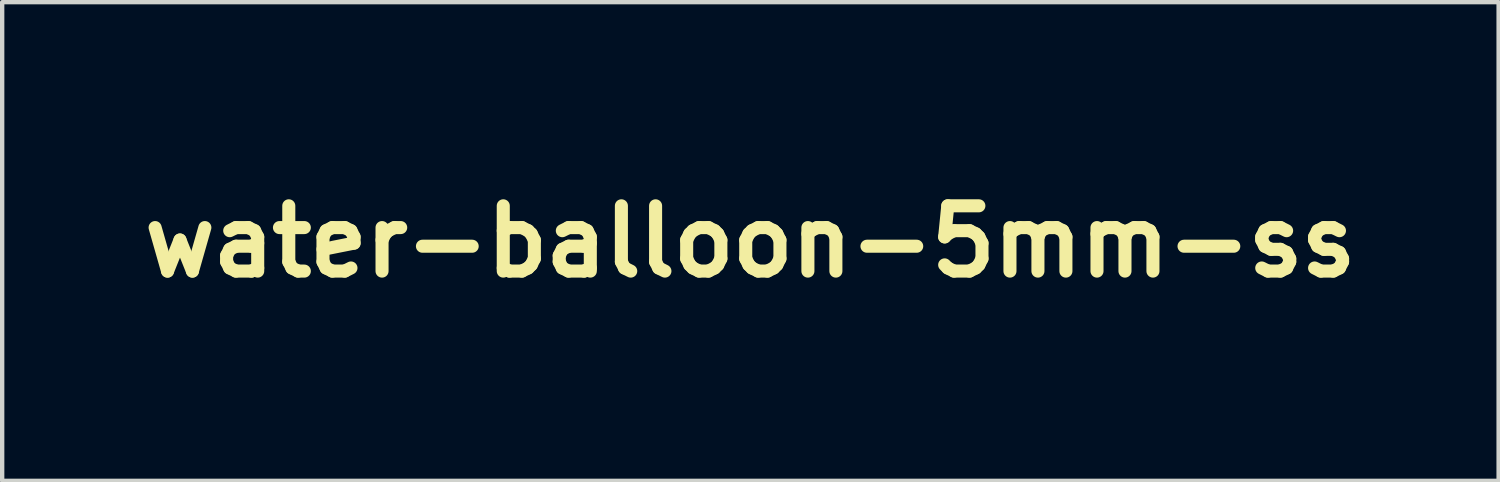
<source format=kicad_pcb>
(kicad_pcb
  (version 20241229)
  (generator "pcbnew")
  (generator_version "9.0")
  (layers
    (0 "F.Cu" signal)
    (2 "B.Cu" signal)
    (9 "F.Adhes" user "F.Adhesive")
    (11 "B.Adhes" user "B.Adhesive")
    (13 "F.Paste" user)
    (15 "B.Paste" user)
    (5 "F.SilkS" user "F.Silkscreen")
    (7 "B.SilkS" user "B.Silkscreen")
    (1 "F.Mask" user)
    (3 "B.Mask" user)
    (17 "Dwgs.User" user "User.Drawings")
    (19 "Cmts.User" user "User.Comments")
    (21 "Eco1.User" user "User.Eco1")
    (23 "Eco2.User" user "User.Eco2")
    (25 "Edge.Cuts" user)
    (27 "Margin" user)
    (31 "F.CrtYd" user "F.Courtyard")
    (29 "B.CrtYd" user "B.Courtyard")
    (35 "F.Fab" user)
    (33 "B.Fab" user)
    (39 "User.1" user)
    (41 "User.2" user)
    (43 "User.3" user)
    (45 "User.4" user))
  (footprint "water-balloon-5mm-ss"
    (layer "F.Cu")
    (at 14.193 2.501)
    (property "Reference" "water-balloon-5mm-ss" (at 0 0 0) (layer "F.SilkS") (effects (font (size 1.5 1.5) (thickness 0.3))))
    (attr board_only exclude_from_pos_files exclude_from_bom)
    (fp_poly (pts (xy -0.714 1.932) (xy -0.687 1.953) (xy -0.672 1.982) (xy -0.672 2.015) (xy -0.689 2.047) (xy -0.7 2.059) (xy -0.733 2.078) (xy -0.769 2.078) (xy -0.802 2.061) (xy -0.806 2.057) (xy -0.826 2.026) (xy -0.83 1.992) (xy -0.819 1.961) (xy -0.796 1.937) (xy -0.762 1.925) (xy -0.752 1.925)) (stroke (width 0) (type solid)) (fill yes) (layer "F.Mask"))
    (fp_poly (pts (xy -0.649 0.923) (xy -0.615 0.941) (xy -0.606 0.95) (xy -0.588 0.981) (xy -0.589 1.015) (xy -0.608 1.049) (xy -0.615 1.056) (xy -0.643 1.077) (xy -0.67 1.083) (xy -0.701 1.074) (xy -0.72 1.059) (xy -0.736 1.035) (xy -0.738 1.03) (xy -0.747 1.004) (xy -0.746 0.983) (xy -0.74 0.97) (xy -0.716 0.938) (xy -0.684 0.923)) (stroke (width 0) (type solid)) (fill yes) (layer "F.Mask"))
    (fp_poly (pts (xy -0.454 1.436) (xy -0.431 1.463) (xy -0.42 1.497) (xy -0.425 1.535) (xy -0.426 1.538) (xy -0.441 1.555) (xy -0.466 1.571) (xy -0.495 1.581) (xy -0.507 1.583) (xy -0.528 1.576) (xy -0.551 1.562) (xy -0.552 1.561) (xy -0.572 1.532) (xy -0.578 1.498) (xy -0.571 1.465) (xy -0.551 1.438) (xy -0.522 1.422) (xy -0.485 1.421)) (stroke (width 0) (type solid)) (fill yes) (layer "F.Mask"))
    (fp_poly (pts (xy -1.548 -0.825) (xy -1.519 -0.806) (xy -1.5 -0.781) (xy -1.496 -0.752) (xy -1.506 -0.718) (xy -1.531 -0.675) (xy -1.536 -0.668) (xy -1.571 -0.622) (xy -1.604 -0.595) (xy -1.636 -0.586) (xy -1.667 -0.596) (xy -1.692 -0.616) (xy -1.711 -0.638) (xy -1.717 -0.658) (xy -1.716 -0.676) (xy -1.705 -0.703) (xy -1.685 -0.737) (xy -1.66 -0.772) (xy -1.635 -0.802) (xy -1.619 -0.816) (xy -1.584 -0.829)) (stroke (width 0) (type solid)) (fill yes) (layer "F.Mask"))
    (fp_poly (pts (xy 0.763 0.756) (xy 0.795 0.775) (xy 0.797 0.776) (xy 0.809 0.792) (xy 0.817 0.809) (xy 0.82 0.832) (xy 0.817 0.865) (xy 0.81 0.911) (xy 0.805 0.942) (xy 0.795 0.989) (xy 0.785 1.02) (xy 0.774 1.042) (xy 0.761 1.057) (xy 0.733 1.078) (xy 0.705 1.083) (xy 0.679 1.075) (xy 0.657 1.063) (xy 0.642 1.046) (xy 0.635 1.021) (xy 0.634 0.986) (xy 0.64 0.937) (xy 0.649 0.886) (xy 0.658 0.84) (xy 0.667 0.808) (xy 0.676 0.788) (xy 0.688 0.774) (xy 0.691 0.772) (xy 0.726 0.755)) (stroke (width 0) (type solid)) (fill yes) (layer "F.Mask"))
    (fp_poly (pts (xy 2.109 0.722) (xy 2.137 0.746) (xy 2.152 0.774) (xy 2.154 0.792) (xy 2.151 0.823) (xy 2.146 0.863) (xy 2.139 0.905) (xy 2.131 0.945) (xy 2.122 0.978) (xy 2.118 0.99) (xy 2.098 1.018) (xy 2.068 1.034) (xy 2.033 1.037) (xy 2.001 1.026) (xy 1.984 1.01) (xy 1.974 0.997) (xy 1.968 0.984) (xy 1.965 0.969) (xy 1.966 0.947) (xy 1.971 0.914) (xy 1.979 0.868) (xy 1.982 0.85) (xy 1.994 0.795) (xy 2.006 0.756) (xy 2.021 0.731) (xy 2.041 0.718) (xy 2.067 0.713) (xy 2.075 0.713)) (stroke (width 0) (type solid)) (fill yes) (layer "F.Mask"))
    (fp_poly (pts (xy -0.655 -1.412) (xy -0.626 -1.403) (xy -0.606 -1.386) (xy -0.597 -1.371) (xy -0.587 -1.335) (xy -0.594 -1.305) (xy -0.613 -1.281) (xy -0.63 -1.267) (xy -0.648 -1.258) (xy -0.674 -1.252) (xy -0.714 -1.248) (xy -0.718 -1.248) (xy -0.819 -1.232) (xy -0.92 -1.199) (xy -1.023 -1.15) (xy -1.128 -1.084) (xy -1.236 -0.999) (xy -1.252 -0.986) (xy -1.297 -0.949) (xy -1.332 -0.927) (xy -1.36 -0.918) (xy -1.384 -0.922) (xy -1.407 -0.937) (xy -1.412 -0.942) (xy -1.432 -0.973) (xy -1.436 -1.002) (xy -1.434 -1.024) (xy -1.426 -1.043) (xy -1.408 -1.064) (xy -1.385 -1.086) (xy -1.27 -1.184) (xy -1.15 -1.265) (xy -1.028 -1.329) (xy -0.905 -1.376) (xy -0.782 -1.405) (xy -0.756 -1.408) (xy -0.698 -1.413)) (stroke (width 0) (type solid)) (fill yes) (layer "F.Mask"))
    (fp_poly (pts (xy 1.954 1.222) (xy 1.962 1.227) (xy 1.984 1.247) (xy 1.995 1.271) (xy 1.994 1.301) (xy 1.981 1.339) (xy 1.957 1.387) (xy 1.922 1.443) (xy 1.836 1.561) (xy 1.735 1.673) (xy 1.623 1.776) (xy 1.504 1.867) (xy 1.38 1.942) (xy 1.353 1.956) (xy 1.309 1.978) (xy 1.278 1.991) (xy 1.256 1.997) (xy 1.238 1.996) (xy 1.22 1.991) (xy 1.215 1.989) (xy 1.188 1.971) (xy 1.175 1.945) (xy 1.172 1.918) (xy 1.176 1.891) (xy 1.19 1.868) (xy 1.216 1.847) (xy 1.257 1.823) (xy 1.259 1.823) (xy 1.381 1.752) (xy 1.499 1.666) (xy 1.609 1.567) (xy 1.707 1.46) (xy 1.79 1.347) (xy 1.827 1.287) (xy 1.857 1.242) (xy 1.888 1.217) (xy 1.92 1.21)) (stroke (width 0) (type solid)) (fill yes) (layer "F.Mask"))
    (fp_poly (pts (xy 0.616 1.261) (xy 0.635 1.278) (xy 0.653 1.302) (xy 0.664 1.325) (xy 0.664 1.331) (xy 0.66 1.349) (xy 0.647 1.379) (xy 0.629 1.415) (xy 0.622 1.428) (xy 0.546 1.545) (xy 0.453 1.658) (xy 0.348 1.764) (xy 0.233 1.861) (xy 0.111 1.946) (xy 0.008 2.004) (xy -0.029 2.021) (xy -0.061 2.034) (xy -0.084 2.041) (xy -0.088 2.042) (xy -0.108 2.035) (xy -0.132 2.019) (xy -0.138 2.013) (xy -0.16 1.985) (xy -0.167 1.958) (xy -0.159 1.932) (xy -0.134 1.904) (xy -0.091 1.874) (xy -0.046 1.848) (xy 0.094 1.762) (xy 0.22 1.663) (xy 0.332 1.55) (xy 0.43 1.424) (xy 0.457 1.382) (xy 0.488 1.335) (xy 0.511 1.301) (xy 0.529 1.279) (xy 0.544 1.265) (xy 0.559 1.258) (xy 0.574 1.254) (xy 0.597 1.253)) (stroke (width 0) (type solid)) (fill yes) (layer "F.Mask"))
    (fp_poly (pts (xy -1.197 1.259) (xy -1.134 1.282) (xy -1.084 1.318) (xy -1.045 1.363) (xy -1.02 1.416) (xy -1.008 1.473) (xy -1.008 1.532) (xy -1.023 1.589) (xy -1.051 1.643) (xy -1.093 1.69) (xy -1.146 1.726) (xy -1.184 1.738) (xy -1.232 1.745) (xy -1.281 1.745) (xy -1.324 1.738) (xy -1.332 1.735) (xy -1.391 1.703) (xy -1.438 1.659) (xy -1.472 1.605) (xy -1.491 1.544) (xy -1.493 1.51) (xy -1.333 1.51) (xy -1.321 1.543) (xy -1.309 1.558) (xy -1.281 1.578) (xy -1.25 1.583) (xy -1.216 1.576) (xy -1.192 1.558) (xy -1.172 1.524) (xy -1.168 1.488) (xy -1.182 1.454) (xy -1.195 1.44) (xy -1.229 1.421) (xy -1.262 1.419) (xy -1.291 1.429) (xy -1.315 1.45) (xy -1.33 1.478) (xy -1.333 1.51) (xy -1.493 1.51) (xy -1.494 1.48) (xy -1.481 1.416) (xy -1.467 1.386) (xy -1.428 1.33) (xy -1.377 1.288) (xy -1.317 1.262) (xy -1.251 1.253)) (stroke (width 0) (type solid)) (fill yes) (layer "F.Mask"))
    (fp_poly (pts (xy -1.635 0.425) (xy -1.578 0.432) (xy -1.534 0.446) (xy -1.474 0.482) (xy -1.421 0.531) (xy -1.379 0.587) (xy -1.371 0.604) (xy -1.357 0.633) (xy -1.349 0.659) (xy -1.345 0.689) (xy -1.343 0.729) (xy -1.343 0.752) (xy -1.346 0.81) (xy -1.354 0.857) (xy -1.37 0.898) (xy -1.397 0.942) (xy -1.41 0.96) (xy -1.443 0.993) (xy -1.488 1.025) (xy -1.539 1.052) (xy -1.587 1.069) (xy -1.632 1.079) (xy -1.668 1.083) (xy -1.706 1.079) (xy -1.737 1.074) (xy -1.808 1.051) (xy -1.869 1.012) (xy -1.92 0.961) (xy -1.959 0.901) (xy -1.985 0.833) (xy -1.996 0.761) (xy -1.996 0.761) (xy -1.835 0.761) (xy -1.823 0.812) (xy -1.795 0.856) (xy -1.75 0.894) (xy -1.701 0.915) (xy -1.648 0.917) (xy -1.596 0.9) (xy -1.588 0.896) (xy -1.544 0.861) (xy -1.514 0.816) (xy -1.501 0.767) (xy -1.504 0.716) (xy -1.525 0.666) (xy -1.54 0.645) (xy -1.58 0.609) (xy -1.627 0.59) (xy -1.666 0.586) (xy -1.723 0.594) (xy -1.77 0.618) (xy -1.803 0.654) (xy -1.829 0.707) (xy -1.835 0.761) (xy -1.996 0.761) (xy -1.991 0.688) (xy -1.968 0.617) (xy -1.932 0.556) (xy -1.882 0.502) (xy -1.823 0.459) (xy -1.8 0.446) (xy -1.753 0.432) (xy -1.695 0.425)) (stroke (width 0) (type solid)) (fill yes) (layer "F.Mask"))
    (fp_poly (pts (xy 0.672 -2.501) (xy 0.764 -2.501) (xy 0.839 -2.501) (xy 0.898 -2.5) (xy 0.944 -2.499) (xy 0.978 -2.498) (xy 1.003 -2.496) (xy 1.02 -2.494) (xy 1.033 -2.49) (xy 1.041 -2.486) (xy 1.049 -2.481) (xy 1.07 -2.455) (xy 1.081 -2.418) (xy 1.081 -2.367) (xy 1.076 -2.323) (xy 1.055 -2.244) (xy 1.021 -2.17) (xy 0.977 -2.106) (xy 0.924 -2.056) (xy 0.903 -2.042) (xy 0.869 -2.021) (xy 0.908 -1.977) (xy 0.953 -1.914) (xy 0.982 -1.847) (xy 0.995 -1.77) (xy 0.995 -1.77) (xy 1.001 -1.698) (xy 1.075 -1.671) (xy 1.213 -1.611) (xy 1.35 -1.532) (xy 1.484 -1.436) (xy 1.615 -1.323) (xy 1.741 -1.195) (xy 1.861 -1.052) (xy 1.973 -0.896) (xy 1.986 -0.877) (xy 2.115 -0.666) (xy 2.225 -0.452) (xy 2.317 -0.236) (xy 2.389 -0.017) (xy 2.444 0.207) (xy 2.481 0.436) (xy 2.492 0.548) (xy 2.497 0.728) (xy 2.483 0.909) (xy 2.449 1.088) (xy 2.397 1.265) (xy 2.326 1.44) (xy 2.299 1.494) (xy 2.248 1.591) (xy 2.197 1.676) (xy 2.142 1.754) (xy 2.079 1.831) (xy 2.006 1.911) (xy 1.959 1.959) (xy 1.875 2.04) (xy 1.797 2.108) (xy 1.72 2.166) (xy 1.64 2.219) (xy 1.55 2.27) (xy 1.494 2.299) (xy 1.348 2.366) (xy 1.204 2.418) (xy 1.056 2.456) (xy 0.899 2.483) (xy 0.805 2.493) (xy 0.657 2.498) (xy 0.501 2.49) (xy 0.343 2.468) (xy 0.189 2.434) (xy 0.091 2.405) (xy 0.001 2.375) (xy -0.1 2.407) (xy -0.266 2.453) (xy -0.437 2.483) (xy -0.61 2.498) (xy -0.779 2.496) (xy -0.845 2.49) (xy -1.032 2.461) (xy -1.213 2.414) (xy -1.387 2.35) (xy -1.553 2.269) (xy -1.709 2.172) (xy -1.855 2.061) (xy -1.989 1.935) (xy -2.11 1.796) (xy -2.217 1.643) (xy -2.232 1.619) (xy -2.318 1.459) (xy -2.388 1.292) (xy -2.441 1.119) (xy -2.477 0.942) (xy -2.495 0.765) (xy -2.495 0.674) (xy -2.329 0.674) (xy -2.328 0.78) (xy -2.322 0.872) (xy -2.311 0.957) (xy -2.294 1.04) (xy -2.271 1.127) (xy -2.251 1.189) (xy -2.188 1.352) (xy -2.108 1.507) (xy -2.012 1.652) (xy -1.902 1.786) (xy -1.779 1.908) (xy -1.645 2.016) (xy -1.5 2.111) (xy -1.346 2.19) (xy -1.184 2.253) (xy -1.015 2.298) (xy -0.98 2.305) (xy -0.932 2.313) (xy -0.888 2.321) (xy -0.852 2.326) (xy -0.835 2.328) (xy -0.782 2.331) (xy -0.718 2.333) (xy -0.649 2.333) (xy -0.581 2.331) (xy -0.521 2.328) (xy -0.478 2.325) (xy -0.3 2.293) (xy -0.229 2.273) (xy 0.236 2.273) (xy 0.237 2.277) (xy 0.251 2.282) (xy 0.28 2.289) (xy 0.32 2.297) (xy 0.365 2.306) (xy 0.411 2.314) (xy 0.453 2.322) (xy 0.487 2.327) (xy 0.498 2.328) (xy 0.553 2.332) (xy 0.621 2.333) (xy 0.696 2.332) (xy 0.771 2.33) (xy 0.839 2.325) (xy 0.883 2.32) (xy 1.06 2.287) (xy 1.23 2.236) (xy 1.393 2.168) (xy 1.548 2.082) (xy 1.693 1.98) (xy 1.827 1.862) (xy 1.951 1.728) (xy 1.985 1.685) (xy 2.088 1.539) (xy 2.173 1.386) (xy 2.239 1.228) (xy 2.288 1.062) (xy 2.319 0.89) (xy 2.331 0.711) (xy 2.326 0.524) (xy 2.303 0.329) (xy 2.271 0.163) (xy 2.261 0.121) (xy 2.247 0.069) (xy 2.231 0.014) (xy 2.214 -0.042) (xy 2.197 -0.094) (xy 2.182 -0.14) (xy 2.169 -0.174) (xy 2.16 -0.193) (xy 2.16 -0.193) (xy 2.152 -0.198) (xy 2.134 -0.193) (xy 2.105 -0.177) (xy 2.095 -0.171) (xy 2.041 -0.14) (xy 1.995 -0.119) (xy 1.95 -0.105) (xy 1.901 -0.097) (xy 1.842 -0.094) (xy 1.802 -0.093) (xy 1.747 -0.093) (xy 1.705 -0.095) (xy 1.67 -0.099) (xy 1.636 -0.106) (xy 1.598 -0.117) (xy 1.583 -0.122) (xy 1.493 -0.144) (xy 1.409 -0.151) (xy 1.325 -0.142) (xy 1.251 -0.123) (xy 1.203 -0.11) (xy 1.152 -0.099) (xy 1.107 -0.092) (xy 1.102 -0.091) (xy 1.067 -0.087) (xy 1.047 -0.083) (xy 1.04 -0.077) (xy 1.041 -0.067) (xy 1.041 -0.066) (xy 1.086 0.087) (xy 1.119 0.232) (xy 1.141 0.375) (xy 1.153 0.522) (xy 1.157 0.68) (xy 1.157 0.684) (xy 1.157 0.757) (xy 1.156 0.814) (xy 1.154 0.86) (xy 1.151 0.9) (xy 1.146 0.937) (xy 1.139 0.976) (xy 1.13 1.018) (xy 1.081 1.207) (xy 1.015 1.387) (xy 0.933 1.556) (xy 0.835 1.713) (xy 0.723 1.86) (xy 0.595 1.994) (xy 0.454 2.115) (xy 0.325 2.205) (xy 0.278 2.236) (xy 0.248 2.259) (xy 0.236 2.273) (xy -0.229 2.273) (xy -0.129 2.244) (xy 0.034 2.178) (xy 0.188 2.097) (xy 0.332 2.001) (xy 0.464 1.891) (xy 0.585 1.769) (xy 0.692 1.634) (xy 0.785 1.488) (xy 0.863 1.332) (xy 0.925 1.166) (xy 0.967 1.004) (xy 0.99 0.854) (xy 0.998 0.694) (xy 0.993 0.526) (xy 0.973 0.353) (xy 0.94 0.176) (xy 0.928 0.127) (xy 0.914 0.073) (xy 0.898 0.016) (xy 0.88 -0.04) (xy 0.863 -0.093) (xy 0.848 -0.139) (xy 0.834 -0.174) (xy 0.824 -0.195) (xy 0.822 -0.198) (xy 0.808 -0.199) (xy 0.784 -0.185) (xy 0.779 -0.182) (xy 0.733 -0.153) (xy 0.675 -0.126) (xy 0.613 -0.105) (xy 0.585 -0.098) (xy 0.522 -0.089) (xy 0.448 -0.089) (xy 0.37 -0.095) (xy 0.295 -0.109) (xy 0.244 -0.123) (xy 0.158 -0.145) (xy 0.075 -0.151) (xy -0.009 -0.141) (xy -0.083 -0.122) (xy -0.125 -0.109) (xy -0.161 -0.101) (xy -0.197 -0.096) (xy -0.241 -0.094) (xy -0.288 -0.093) (xy -0.343 -0.094) (xy -0.385 -0.096) (xy -0.422 -0.101) (xy -0.46 -0.11) (xy -0.498 -0.122) (xy -0.587 -0.144) (xy -0.667 -0.151) (xy -0.746 -0.144) (xy -0.828 -0.123) (xy -0.83 -0.122) (xy -0.869 -0.11) (xy -0.903 -0.102) (xy -0.937 -0.097) (xy -0.979 -0.095) (xy -1.034 -0.094) (xy -1.036 -0.094) (xy -1.09 -0.094) (xy -1.132 -0.096) (xy -1.167 -0.1) (xy -1.202 -0.108) (xy -1.242 -0.119) (xy -1.25 -0.122) (xy -1.332 -0.143) (xy -1.406 -0.151) (xy -1.479 -0.147) (xy -1.558 -0.129) (xy -1.583 -0.122) (xy -1.624 -0.109) (xy -1.659 -0.101) (xy -1.693 -0.096) (xy -1.732 -0.094) (xy -1.783 -0.093) (xy -1.802 -0.093) (xy -1.87 -0.095) (xy -1.924 -0.1) (xy -1.97 -0.11) (xy -2.015 -0.127) (xy -2.064 -0.153) (xy -2.095 -0.171) (xy -2.128 -0.19) (xy -2.148 -0.197) (xy -2.159 -0.195) (xy -2.161 -0.193) (xy -2.169 -0.175) (xy -2.181 -0.142) (xy -2.196 -0.097) (xy -2.213 -0.045) (xy -2.23 0.01) (xy -2.246 0.066) (xy -2.26 0.118) (xy -2.271 0.162) (xy -2.272 0.167) (xy -2.293 0.267) (xy -2.309 0.355) (xy -2.319 0.438) (xy -2.326 0.522) (xy -2.329 0.615) (xy -2.329 0.674) (xy -2.495 0.674) (xy -2.495 0.589) (xy -2.492 0.548) (xy -2.467 0.333) (xy -2.427 0.126) (xy -2.372 -0.076) (xy -2.301 -0.276) (xy -2.252 -0.387) (xy -2.074 -0.387) (xy -2.072 -0.374) (xy -2.072 -0.373) (xy -2.047 -0.342) (xy -2.009 -0.31) (xy -1.963 -0.284) (xy -1.959 -0.283) (xy -1.884 -0.258) (xy -1.805 -0.25) (xy -1.72 -0.257) (xy -1.627 -0.281) (xy -1.559 -0.298) (xy -1.485 -0.307) (xy -1.446 -0.31) (xy -1.398 -0.311) (xy -1.358 -0.31) (xy -1.319 -0.306) (xy -1.277 -0.298) (xy -1.226 -0.285) (xy -1.172 -0.269) (xy -1.096 -0.255) (xy -1.012 -0.254) (xy -0.919 -0.269) (xy -0.86 -0.284) (xy -0.81 -0.297) (xy -0.772 -0.306) (xy -0.739 -0.311) (xy -0.703 -0.312) (xy -0.658 -0.311) (xy -0.641 -0.31) (xy -0.574 -0.305) (xy -0.518 -0.296) (xy -0.466 -0.282) (xy -0.454 -0.279) (xy -0.382 -0.26) (xy -0.311 -0.252) (xy -0.237 -0.256) (xy -0.155 -0.271) (xy -0.108 -0.284) (xy -0.058 -0.297) (xy -0.02 -0.306) (xy 0.013 -0.311) (xy 0.049 -0.312) (xy 0.094 -0.311) (xy 0.111 -0.31) (xy 0.176 -0.305) (xy 0.229 -0.297) (xy 0.278 -0.284) (xy 0.298 -0.278) (xy 0.381 -0.258) (xy 0.464 -0.251) (xy 0.544 -0.258) (xy 0.617 -0.278) (xy 0.68 -0.311) (xy 0.693 -0.321) (xy 0.717 -0.341) (xy 0.731 -0.36) (xy 0.737 -0.38) (xy 0.734 -0.405) (xy 0.722 -0.439) (xy 0.7 -0.484) (xy 0.682 -0.519) (xy 0.576 -0.707) (xy 0.461 -0.88) (xy 0.338 -1.036) (xy 0.209 -1.175) (xy 0.073 -1.297) (xy -0.047 -1.386) (xy -0.144 -1.443) (xy 0.147 -1.443) (xy 0.208 -1.389) (xy 0.365 -1.238) (xy 0.51 -1.072) (xy 0.644 -0.891) (xy 0.765 -0.696) (xy 0.873 -0.489) (xy 0.924 -0.376) (xy 0.974 -0.259) (xy 1.045 -0.256) (xy 1.089 -0.256) (xy 1.132 -0.261) (xy 1.18 -0.273) (xy 1.205 -0.28) (xy 1.248 -0.292) (xy 1.285 -0.3) (xy 1.323 -0.305) (xy 1.368 -0.307) (xy 1.417 -0.308) (xy 1.473 -0.307) (xy 1.517 -0.305) (xy 1.552 -0.3) (xy 1.586 -0.292) (xy 1.612 -0.284) (xy 1.703 -0.26) (xy 1.785 -0.25) (xy 1.86 -0.254) (xy 1.933 -0.273) (xy 1.942 -0.276) (xy 1.987 -0.297) (xy 2.028 -0.325) (xy 2.06 -0.356) (xy 2.072 -0.373) (xy 2.074 -0.384) (xy 2.071 -0.4) (xy 2.062 -0.424) (xy 2.046 -0.46) (xy 2.021 -0.509) (xy 2.014 -0.522) (xy 1.912 -0.702) (xy 1.804 -0.868) (xy 1.689 -1.017) (xy 1.569 -1.151) (xy 1.444 -1.268) (xy 1.314 -1.367) (xy 1.181 -1.449) (xy 1.045 -1.512) (xy 0.918 -1.553) (xy 0.843 -1.568) (xy 0.757 -1.577) (xy 0.667 -1.581) (xy 0.582 -1.579) (xy 0.526 -1.573) (xy 0.415 -1.55) (xy 0.302 -1.514) (xy 0.217 -1.477) (xy 0.147 -1.443) (xy -0.144 -1.443) (xy -0.176 -1.461) (xy -0.309 -1.519) (xy -0.446 -1.558) (xy -0.585 -1.579) (xy -0.724 -1.58) (xy -0.864 -1.563) (xy -1.001 -1.527) (xy -1.087 -1.494) (xy -1.217 -1.429) (xy -1.345 -1.345) (xy -1.47 -1.243) (xy -1.592 -1.126) (xy -1.708 -0.994) (xy -1.819 -0.848) (xy -1.922 -0.689) (xy -2.017 -0.518) (xy -2.031 -0.49) (xy -2.054 -0.442) (xy -2.068 -0.409) (xy -2.074 -0.387) (xy -2.252 -0.387) (xy -2.212 -0.478) (xy -2.16 -0.581) (xy -2.058 -0.764) (xy -1.948 -0.934) (xy -1.83 -1.09) (xy -1.707 -1.231) (xy -1.578 -1.357) (xy -1.445 -1.466) (xy -1.308 -1.558) (xy -1.169 -1.632) (xy -1.075 -1.671) (xy -1.001 -1.698) (xy -0.998 -1.744) (xy -0.839 -1.744) (xy -0.668 -1.744) (xy -0.607 -1.744) (xy -0.563 -1.744) (xy -0.532 -1.746) (xy -0.513 -1.748) (xy -0.503 -1.751) (xy -0.499 -1.757) (xy -0.498 -1.763) (xy -0.506 -1.797) (xy -0.524 -1.834) (xy -0.548 -1.868) (xy -0.567 -1.886) (xy -0.602 -1.902) (xy -0.647 -1.913) (xy -0.693 -1.915) (xy -0.717 -1.911) (xy -0.757 -1.892) (xy -0.793 -1.858) (xy -0.82 -1.814) (xy -0.833 -1.773) (xy -0.839 -1.744) (xy -0.998 -1.744) (xy -0.995 -1.771) (xy -0.984 -1.836) (xy -0.961 -1.898) (xy -0.929 -1.952) (xy -0.895 -1.99) (xy -0.865 -2.015) (xy -0.889 -2.03) (xy -0.926 -2.059) (xy -0.965 -2.098) (xy -1.002 -2.143) (xy -1.031 -2.186) (xy -1.039 -2.2) (xy -1.057 -2.247) (xy -1.071 -2.3) (xy -1.073 -2.312) (xy -0.908 -2.312) (xy -0.906 -2.301) (xy -0.9 -2.285) (xy -0.899 -2.282) (xy -0.878 -2.247) (xy -0.842 -2.207) (xy -0.796 -2.168) (xy -0.744 -2.134) (xy -0.671 -2.092) (xy -0.621 -2.117) (xy -0.583 -2.138) (xy -0.542 -2.164) (xy -0.525 -2.176) (xy -0.482 -2.216) (xy -0.446 -2.266) (xy -0.425 -2.313) (xy -0.419 -2.335) (xy -0.664 -2.335) (xy -0.741 -2.335) (xy -0.801 -2.335) (xy -0.845 -2.333) (xy -0.876 -2.331) (xy -0.895 -2.327) (xy -0.906 -2.321) (xy -0.908 -2.312) (xy -1.073 -2.312) (xy -1.08 -2.354) (xy -1.083 -2.402) (xy -1.08 -2.426) (xy -1.067 -2.459) (xy -1.049 -2.481) (xy -1.041 -2.486) (xy -1.032 -2.49) (xy -1.02 -2.494) (xy -1.003 -2.496) (xy -0.978 -2.498) (xy -0.944 -2.499) (xy -0.898 -2.5) (xy -0.839 -2.501) (xy -0.764 -2.501) (xy -0.672 -2.501) (xy -0.571 -2.501) (xy -0.487 -2.501) (xy -0.42 -2.5) (xy -0.367 -2.497) (xy -0.327 -2.493) (xy -0.297 -2.486) (xy -0.277 -2.477) (xy -0.264 -2.464) (xy -0.257 -2.447) (xy -0.255 -2.426) (xy -0.254 -2.4) (xy -0.254 -2.378) (xy -0.262 -2.306) (xy -0.282 -2.232) (xy -0.314 -2.165) (xy -0.318 -2.158) (xy -0.34 -2.128) (xy -0.369 -2.095) (xy -0.4 -2.065) (xy -0.428 -2.041) (xy -0.45 -2.027) (xy -0.452 -2.026) (xy -0.46 -2.022) (xy -0.459 -2.013) (xy -0.448 -1.997) (xy -0.426 -1.974) (xy -0.392 -1.933) (xy -0.368 -1.891) (xy -0.352 -1.843) (xy -0.339 -1.783) (xy -0.338 -1.775) (xy -0.327 -1.699) (xy -0.225 -1.658) (xy -0.175 -1.636) (xy -0.125 -1.613) (xy -0.082 -1.591) (xy -0.061 -1.58) (xy -0.000187 -1.544) (xy 0.06 -1.58) (xy 0.096 -1.599) (xy 0.142 -1.622) (xy 0.193 -1.645) (xy 0.224 -1.658) (xy 0.327 -1.699) (xy 0.336 -1.763) (xy 0.498 -1.763) (xy 0.499 -1.756) (xy 0.504 -1.751) (xy 0.514 -1.748) (xy 0.533 -1.746) (xy 0.564 -1.744) (xy 0.61 -1.744) (xy 0.668 -1.744) (xy 0.839 -1.744) (xy 0.833 -1.773) (xy 0.816 -1.821) (xy 0.788 -1.864) (xy 0.751 -1.896) (xy 0.717 -1.911) (xy 0.676 -1.915) (xy 0.629 -1.909) (xy 0.587 -1.897) (xy 0.567 -1.886) (xy 0.541 -1.86) (xy 0.518 -1.824) (xy 0.502 -1.787) (xy 0.498 -1.763) (xy 0.336 -1.763) (xy 0.338 -1.775) (xy 0.357 -1.857) (xy 0.389 -1.927) (xy 0.433 -1.982) (xy 0.468 -2.015) (xy 0.421 -2.05) (xy 0.355 -2.112) (xy 0.304 -2.183) (xy 0.271 -2.263) (xy 0.258 -2.335) (xy 0.419 -2.335) (xy 0.425 -2.313) (xy 0.445 -2.265) (xy 0.474 -2.223) (xy 0.517 -2.184) (xy 0.574 -2.145) (xy 0.606 -2.126) (xy 0.668 -2.092) (xy 0.726 -2.123) (xy 0.766 -2.147) (xy 0.807 -2.176) (xy 0.83 -2.195) (xy 0.866 -2.233) (xy 0.893 -2.271) (xy 0.907 -2.306) (xy 0.909 -2.319) (xy 0.907 -2.324) (xy 0.9 -2.328) (xy 0.886 -2.331) (xy 0.863 -2.333) (xy 0.828 -2.334) (xy 0.78 -2.334) (xy 0.716 -2.335) (xy 0.664 -2.335) (xy 0.419 -2.335) (xy 0.258 -2.335) (xy 0.255 -2.348) (xy 0.254 -2.378) (xy 0.254 -2.408) (xy 0.255 -2.432) (xy 0.259 -2.452) (xy 0.267 -2.468) (xy 0.282 -2.479) (xy 0.304 -2.488) (xy 0.336 -2.494) (xy 0.38 -2.498) (xy 0.436 -2.5) (xy 0.508 -2.501) (xy 0.596 -2.501)) (stroke (width 0) (type solid)) (fill yes) (layer "F.Mask")))
  (gr_rect
    (start -3 -3)
    (end 31.386 7.999)
    (stroke (width 0.1) (type default))
    (fill no)
    (layer "Edge.Cuts")))
</source>
